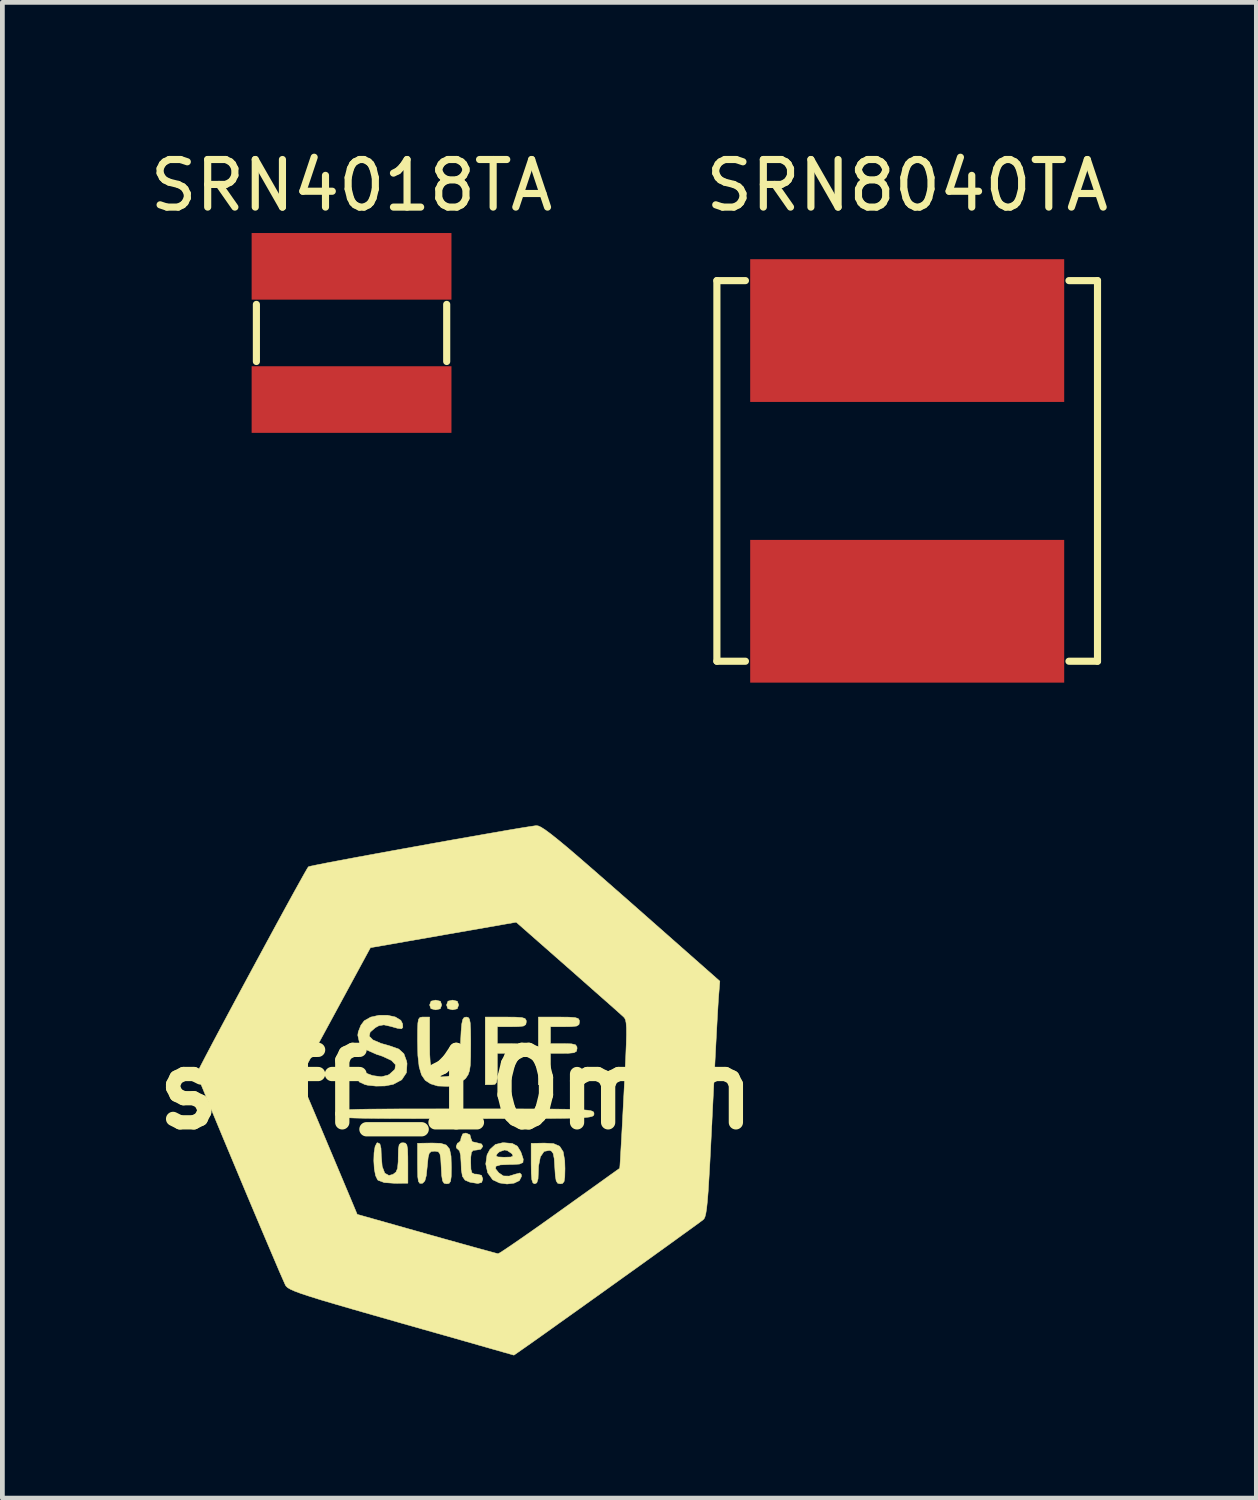
<source format=kicad_pcb>
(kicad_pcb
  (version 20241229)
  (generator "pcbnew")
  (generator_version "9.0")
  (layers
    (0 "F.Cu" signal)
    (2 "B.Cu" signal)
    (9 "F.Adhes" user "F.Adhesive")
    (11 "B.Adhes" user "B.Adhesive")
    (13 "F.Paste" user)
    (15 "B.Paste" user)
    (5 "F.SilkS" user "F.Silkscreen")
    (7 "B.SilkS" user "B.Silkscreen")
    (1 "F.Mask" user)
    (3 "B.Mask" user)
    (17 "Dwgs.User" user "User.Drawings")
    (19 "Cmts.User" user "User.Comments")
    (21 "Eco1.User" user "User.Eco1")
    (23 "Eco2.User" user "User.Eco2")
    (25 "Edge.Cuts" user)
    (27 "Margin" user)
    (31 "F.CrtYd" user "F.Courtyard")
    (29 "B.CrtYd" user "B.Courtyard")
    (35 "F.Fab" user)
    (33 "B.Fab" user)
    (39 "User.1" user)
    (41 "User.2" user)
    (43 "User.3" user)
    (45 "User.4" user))
  (footprint "SRN4018TA"
    (layer "F.Cu")
    (at 4.339 3.948)
    (property "Reference" "SRN4018TA" (at 0 -3.1 0) (layer "F.SilkS") (effects (font (size 1 1) (thickness 0.15))))
    (attr through_hole)
    (fp_line (start -2 -0.6) (end -2 0.6) (stroke (width 0.15) (type solid)) (layer "F.SilkS"))
    (fp_line (start 2 -0.6) (end 2 0.6) (stroke (width 0.15) (type solid)) (layer "F.SilkS"))
    (pad "1" smd rect (at 0 -1.4) (size 4.2 1.4) (layers "F.Cu" "F.Mask" "F.Paste"))
    (pad "2" smd rect (at 0 1.4) (size 4.2 1.4) (layers "F.Cu" "F.Mask" "F.Paste")))
  (footprint "SRN8040TA"
    (layer "F.Cu")
    (at 16.018 6.848)
    (property "Reference" "SRN8040TA" (at 0 -6 0) (layer "F.SilkS") (effects (font (size 1 1) (thickness 0.15))))
    (attr through_hole)
    (fp_line (start -4 -4) (end -3.4 -4) (stroke (width 0.15) (type solid)) (layer "F.SilkS"))
    (fp_line (start -4 4) (end -4 -4) (stroke (width 0.15) (type solid)) (layer "F.SilkS"))
    (fp_line (start -4 4) (end -3.4 4) (stroke (width 0.15) (type solid)) (layer "F.SilkS"))
    (fp_line (start 4 -4) (end 3.4 -4) (stroke (width 0.15) (type solid)) (layer "F.SilkS"))
    (fp_line (start 4 -4) (end 4 4) (stroke (width 0.15) (type solid)) (layer "F.SilkS"))
    (fp_line (start 4 4) (end 3.4 4) (stroke (width 0.15) (type solid)) (layer "F.SilkS"))
    (pad "1" smd rect (at 0 -2.95) (size 6.6 3) (layers "F.Cu" "F.Mask" "F.Paste"))
    (pad "2" smd rect (at 0 2.95) (size 6.6 3) (layers "F.Cu" "F.Mask" "F.Paste")))
  (footprint "süff_10mm"
    (layer "F.Cu")
    (at 6.539 19.851)
    (property "Reference" "süff_10mm" (at 0 0 0) (layer "F.SilkS") (effects (font (size 1.524 1.524) (thickness 0.3))))
    (attr through_hole)
    (fp_poly (pts (xy 3.6 -1.45) (xy 3.45 1.6) (xy 0.9 3.45) (xy -2.1 2.6) (xy -3.3 -0.25) (xy -1.8 -2.95) (xy 1.25 -3.5)) (stroke (width 0.1) (type solid)) (fill yes) (layer "F.Mask"))
    (fp_poly (pts (xy -0.332 -1.856) (xy -0.305 -1.778) (xy -0.335 -1.698) (xy -0.432 -1.676) (xy -0.531 -1.7) (xy -0.559 -1.778) (xy -0.529 -1.858) (xy -0.432 -1.88) (xy -0.332 -1.856)) (stroke (width 0.01) (type solid)) (fill yes) (layer "F.SilkS"))
    (fp_poly (pts (xy 0.023 -1.856) (xy 0.051 -1.778) (xy 0.021 -1.698) (xy -0.076 -1.676) (xy -0.176 -1.7) (xy -0.203 -1.778) (xy -0.173 -1.858) (xy -0.076 -1.88) (xy 0.023 -1.856)) (stroke (width 0.01) (type solid)) (fill yes) (layer "F.SilkS"))
    (fp_poly (pts (xy 1.251 -1.522) (xy 1.38 -1.513) (xy 1.446 -1.493) (xy 1.47 -1.456) (xy 1.473 -1.422) (xy 1.462 -1.366) (xy 1.413 -1.335) (xy 1.303 -1.323) (xy 1.168 -1.321) (xy 0.864 -1.321) (xy 0.864 -0.965) (xy 1.143 -0.965) (xy 1.304 -0.961) (xy 1.389 -0.942) (xy 1.419 -0.899) (xy 1.422 -0.864) (xy 1.41 -0.805) (xy 1.358 -0.774) (xy 1.241 -0.763) (xy 1.143 -0.762) (xy 0.864 -0.762) (xy 0.864 -0.432) (xy 0.861 -0.254) (xy 0.849 -0.155) (xy 0.817 -0.112) (xy 0.757 -0.102) (xy 0.737 -0.102) (xy 0.61 -0.102) (xy 0.61 -1.524) (xy 1.041 -1.524) (xy 1.251 -1.522)) (stroke (width 0.01) (type solid)) (fill yes) (layer "F.SilkS"))
    (fp_poly (pts (xy 2.046 1.136) (xy 2.174 1.192) (xy 2.248 1.307) (xy 2.281 1.497) (xy 2.286 1.662) (xy 2.282 1.838) (xy 2.267 1.934) (xy 2.233 1.974) (xy 2.187 1.981) (xy 2.133 1.969) (xy 2.101 1.919) (xy 2.083 1.81) (xy 2.072 1.639) (xy 2.06 1.453) (xy 2.039 1.345) (xy 2.002 1.293) (xy 1.959 1.278) (xy 1.847 1.3) (xy 1.769 1.413) (xy 1.731 1.608) (xy 1.727 1.712) (xy 1.72 1.877) (xy 1.694 1.96) (xy 1.651 1.981) (xy 1.613 1.963) (xy 1.589 1.895) (xy 1.578 1.76) (xy 1.575 1.556) (xy 1.575 1.131) (xy 1.852 1.125) (xy 2.046 1.136)) (stroke (width 0.01) (type solid)) (fill yes) (layer "F.SilkS"))
    (fp_poly (pts (xy 2.369 -1.522) (xy 2.497 -1.513) (xy 2.564 -1.493) (xy 2.588 -1.456) (xy 2.591 -1.422) (xy 2.58 -1.366) (xy 2.531 -1.335) (xy 2.421 -1.323) (xy 2.286 -1.321) (xy 1.981 -1.321) (xy 1.981 -0.965) (xy 2.261 -0.965) (xy 2.422 -0.961) (xy 2.506 -0.942) (xy 2.537 -0.899) (xy 2.54 -0.864) (xy 2.528 -0.805) (xy 2.475 -0.774) (xy 2.359 -0.763) (xy 2.261 -0.762) (xy 1.981 -0.762) (xy 1.981 -0.432) (xy 1.979 -0.254) (xy 1.966 -0.155) (xy 1.935 -0.112) (xy 1.875 -0.102) (xy 1.854 -0.102) (xy 1.727 -0.102) (xy 1.727 -1.524) (xy 2.159 -1.524) (xy 2.369 -1.522)) (stroke (width 0.01) (type solid)) (fill yes) (layer "F.SilkS"))
    (fp_poly (pts (xy -1.068 1.126) (xy -1.038 1.164) (xy -1.022 1.251) (xy -1.017 1.408) (xy -1.016 1.543) (xy -1.016 1.968) (xy -1.296 1.97) (xy -1.512 1.955) (xy -1.641 1.907) (xy -1.652 1.897) (xy -1.695 1.809) (xy -1.722 1.665) (xy -1.732 1.496) (xy -1.727 1.329) (xy -1.705 1.196) (xy -1.667 1.123) (xy -1.651 1.118) (xy -1.604 1.143) (xy -1.581 1.234) (xy -1.575 1.387) (xy -1.556 1.616) (xy -1.502 1.757) (xy -1.414 1.806) (xy -1.329 1.783) (xy -1.266 1.734) (xy -1.233 1.656) (xy -1.22 1.519) (xy -1.219 1.421) (xy -1.215 1.251) (xy -1.199 1.16) (xy -1.162 1.123) (xy -1.118 1.118) (xy -1.068 1.126)) (stroke (width 0.01) (type solid)) (fill yes) (layer "F.SilkS"))
    (fp_poly (pts (xy -0.326 1.13) (xy -0.208 1.167) (xy -0.14 1.251) (xy -0.109 1.4) (xy -0.102 1.632) (xy -0.102 1.648) (xy -0.105 1.828) (xy -0.119 1.928) (xy -0.15 1.972) (xy -0.201 1.981) (xy -0.255 1.969) (xy -0.287 1.92) (xy -0.305 1.81) (xy -0.315 1.638) (xy -0.325 1.457) (xy -0.342 1.354) (xy -0.375 1.308) (xy -0.433 1.296) (xy -0.457 1.295) (xy -0.526 1.302) (xy -0.567 1.339) (xy -0.59 1.427) (xy -0.607 1.591) (xy -0.61 1.625) (xy -0.63 1.812) (xy -0.659 1.919) (xy -0.703 1.966) (xy -0.724 1.972) (xy -0.767 1.97) (xy -0.794 1.93) (xy -0.808 1.835) (xy -0.812 1.666) (xy -0.813 1.559) (xy -0.813 1.129) (xy -0.509 1.124) (xy -0.326 1.13)) (stroke (width 0.01) (type solid)) (fill yes) (layer "F.SilkS"))
    (fp_poly (pts (xy 0.288 0.95) (xy 0.305 1.016) (xy 0.335 1.096) (xy 0.432 1.118) (xy 0.534 1.144) (xy 0.559 1.194) (xy 0.515 1.255) (xy 0.432 1.27) (xy 0.356 1.278) (xy 0.319 1.32) (xy 0.306 1.422) (xy 0.305 1.524) (xy 0.309 1.675) (xy 0.33 1.75) (xy 0.381 1.776) (xy 0.432 1.778) (xy 0.531 1.802) (xy 0.559 1.88) (xy 0.535 1.952) (xy 0.454 1.974) (xy 0.299 1.949) (xy 0.279 1.944) (xy 0.185 1.903) (xy 0.131 1.825) (xy 0.107 1.685) (xy 0.102 1.537) (xy 0.093 1.388) (xy 0.071 1.291) (xy 0.051 1.27) (xy 0.006 1.229) (xy 0 1.194) (xy 0.027 1.126) (xy 0.051 1.118) (xy 0.092 1.075) (xy 0.102 1.016) (xy 0.138 0.931) (xy 0.203 0.914) (xy 0.288 0.95)) (stroke (width 0.01) (type solid)) (fill yes) (layer "F.SilkS"))
    (fp_poly (pts (xy 1.179 1.133) (xy 1.285 1.19) (xy 1.356 1.307) (xy 1.368 1.338) (xy 1.409 1.463) (xy 1.402 1.534) (xy 1.329 1.566) (xy 1.176 1.575) (xy 1.118 1.575) (xy 0.93 1.583) (xy 0.835 1.611) (xy 0.826 1.664) (xy 0.893 1.749) (xy 0.992 1.816) (xy 1.113 1.819) (xy 1.241 1.779) (xy 1.336 1.754) (xy 1.369 1.786) (xy 1.372 1.825) (xy 1.328 1.913) (xy 1.217 1.967) (xy 1.068 1.985) (xy 0.91 1.963) (xy 0.773 1.899) (xy 0.764 1.892) (xy 0.661 1.749) (xy 0.621 1.563) (xy 0.645 1.394) (xy 0.837 1.394) (xy 0.875 1.416) (xy 0.995 1.422) (xy 1.016 1.422) (xy 1.147 1.418) (xy 1.194 1.398) (xy 1.175 1.354) (xy 1.168 1.346) (xy 1.072 1.281) (xy 1.016 1.27) (xy 0.909 1.307) (xy 0.864 1.346) (xy 0.837 1.394) (xy 0.645 1.394) (xy 0.648 1.373) (xy 0.71 1.257) (xy 0.824 1.154) (xy 0.969 1.119) (xy 1.007 1.118) (xy 1.179 1.133)) (stroke (width 0.01) (type solid)) (fill yes) (layer "F.SilkS"))
    (fp_poly (pts (xy -0.559 -0.991) (xy -0.557 -0.745) (xy -0.547 -0.579) (xy -0.528 -0.471) (xy -0.494 -0.4) (xy -0.457 -0.356) (xy -0.314 -0.266) (xy -0.163 -0.278) (xy -0.048 -0.347) (xy 0.004 -0.399) (xy 0.039 -0.467) (xy 0.062 -0.574) (xy 0.078 -0.74) (xy 0.091 -0.982) (xy 0.103 -1.224) (xy 0.117 -1.381) (xy 0.137 -1.472) (xy 0.165 -1.513) (xy 0.207 -1.524) (xy 0.21 -1.524) (xy 0.251 -1.516) (xy 0.278 -1.481) (xy 0.294 -1.402) (xy 0.302 -1.262) (xy 0.305 -1.044) (xy 0.305 -0.943) (xy 0.303 -0.687) (xy 0.296 -0.512) (xy 0.279 -0.394) (xy 0.25 -0.313) (xy 0.205 -0.245) (xy 0.189 -0.226) (xy 0.036 -0.119) (xy -0.169 -0.067) (xy -0.39 -0.075) (xy -0.539 -0.121) (xy -0.651 -0.194) (xy -0.729 -0.308) (xy -0.779 -0.477) (xy -0.806 -0.717) (xy -0.813 -1.024) (xy -0.812 -1.252) (xy -0.806 -1.398) (xy -0.791 -1.479) (xy -0.762 -1.515) (xy -0.714 -1.524) (xy -0.686 -1.524) (xy -0.559 -1.524) (xy -0.559 -0.991)) (stroke (width 0.01) (type solid)) (fill yes) (layer "F.SilkS"))
    (fp_poly (pts (xy -1.441 -1.561) (xy -1.279 -1.525) (xy -1.164 -1.455) (xy -1.127 -1.381) (xy -1.122 -1.307) (xy -1.149 -1.277) (xy -1.231 -1.287) (xy -1.376 -1.328) (xy -1.52 -1.36) (xy -1.624 -1.343) (xy -1.699 -1.302) (xy -1.809 -1.207) (xy -1.828 -1.122) (xy -1.752 -1.044) (xy -1.579 -0.97) (xy -1.39 -0.916) (xy -1.207 -0.851) (xy -1.1 -0.753) (xy -1.043 -0.597) (xy -1.034 -0.547) (xy -1.046 -0.355) (xy -1.145 -0.206) (xy -1.324 -0.11) (xy -1.499 -0.076) (xy -1.687 -0.073) (xy -1.863 -0.092) (xy -1.918 -0.105) (xy -2.036 -0.159) (xy -2.08 -0.241) (xy -2.083 -0.286) (xy -2.07 -0.378) (xy -2.018 -0.389) (xy -1.994 -0.379) (xy -1.754 -0.293) (xy -1.573 -0.269) (xy -1.433 -0.304) (xy -1.402 -0.322) (xy -1.289 -0.425) (xy -1.275 -0.521) (xy -1.361 -0.612) (xy -1.547 -0.699) (xy -1.67 -0.739) (xy -1.898 -0.839) (xy -2.031 -0.973) (xy -2.069 -1.143) (xy -2.059 -1.212) (xy -2.004 -1.351) (xy -1.934 -1.445) (xy -1.797 -1.523) (xy -1.623 -1.561) (xy -1.441 -1.561)) (stroke (width 0.01) (type solid)) (fill yes) (layer "F.SilkS"))
    (fp_poly (pts (xy 0.772 0.406) (xy 1.273 0.407) (xy 1.688 0.408) (xy 2.025 0.41) (xy 2.293 0.413) (xy 2.499 0.418) (xy 2.652 0.425) (xy 2.76 0.434) (xy 2.83 0.445) (xy 2.87 0.459) (xy 2.89 0.476) (xy 2.895 0.496) (xy 2.896 0.508) (xy 2.894 0.53) (xy 2.882 0.549) (xy 2.854 0.564) (xy 2.8 0.577) (xy 2.712 0.587) (xy 2.584 0.595) (xy 2.405 0.601) (xy 2.17 0.605) (xy 1.869 0.607) (xy 1.494 0.609) (xy 1.038 0.609) (xy 0.493 0.61) (xy 0.178 0.61) (xy -0.416 0.61) (xy -0.917 0.609) (xy -1.332 0.608) (xy -1.669 0.606) (xy -1.937 0.603) (xy -2.144 0.598) (xy -2.297 0.591) (xy -2.404 0.582) (xy -2.474 0.571) (xy -2.515 0.557) (xy -2.534 0.54) (xy -2.54 0.52) (xy -2.54 0.508) (xy -2.538 0.486) (xy -2.527 0.467) (xy -2.498 0.452) (xy -2.444 0.439) (xy -2.357 0.429) (xy -2.228 0.421) (xy -2.05 0.415) (xy -1.814 0.411) (xy -1.513 0.409) (xy -1.139 0.407) (xy -0.683 0.407) (xy -0.137 0.406) (xy 0.178 0.406) (xy 0.772 0.406)) (stroke (width 0.01) (type solid)) (fill yes) (layer "F.SilkS"))
    (fp_poly (pts (xy 1.723 -5.542) (xy 1.785 -5.514) (xy 1.872 -5.458) (xy 1.992 -5.369) (xy 2.15 -5.243) (xy 2.354 -5.074) (xy 2.608 -4.856) (xy 2.92 -4.585) (xy 3.296 -4.256) (xy 3.678 -3.921) (xy 5.541 -2.278) (xy 5.512 -1.914) (xy 5.504 -1.783) (xy 5.491 -1.565) (xy 5.475 -1.271) (xy 5.456 -0.914) (xy 5.435 -0.509) (xy 5.412 -0.068) (xy 5.389 0.396) (xy 5.381 0.559) (xy 5.355 1.083) (xy 5.333 1.515) (xy 5.313 1.864) (xy 5.296 2.138) (xy 5.279 2.348) (xy 5.263 2.501) (xy 5.246 2.608) (xy 5.228 2.677) (xy 5.208 2.718) (xy 5.192 2.734) (xy 5.106 2.799) (xy 4.952 2.911) (xy 4.741 3.063) (xy 4.483 3.25) (xy 4.187 3.463) (xy 3.863 3.696) (xy 3.52 3.941) (xy 3.169 4.193) (xy 2.819 4.443) (xy 2.48 4.685) (xy 2.161 4.912) (xy 1.873 5.118) (xy 1.625 5.294) (xy 1.426 5.434) (xy 1.287 5.531) (xy 1.218 5.579) (xy 1.211 5.582) (xy 1.16 5.567) (xy 1.021 5.528) (xy 0.804 5.466) (xy 0.516 5.384) (xy 0.17 5.285) (xy -0.227 5.172) (xy -0.665 5.048) (xy -1.134 4.915) (xy -1.168 4.905) (xy -1.714 4.749) (xy -2.171 4.618) (xy -2.546 4.509) (xy -2.847 4.42) (xy -3.083 4.346) (xy -3.263 4.287) (xy -3.394 4.238) (xy -3.484 4.198) (xy -3.542 4.164) (xy -3.575 4.133) (xy -3.59 4.111) (xy -3.635 4.009) (xy -3.713 3.832) (xy -3.816 3.59) (xy -3.942 3.294) (xy -4.085 2.957) (xy -4.241 2.588) (xy -4.405 2.199) (xy -4.571 1.802) (xy -4.736 1.407) (xy -4.895 1.027) (xy -5.043 0.671) (xy -5.175 0.352) (xy -5.286 0.081) (xy -5.373 -0.131) (xy -5.417 -0.243) (xy -3.288 -0.243) (xy -2.834 0.831) (xy -2.694 1.164) (xy -2.557 1.489) (xy -2.432 1.786) (xy -2.327 2.036) (xy -2.25 2.219) (xy -2.231 2.264) (xy -2.081 2.623) (xy -0.622 3.035) (xy -0.253 3.139) (xy 0.085 3.233) (xy 0.379 3.315) (xy 0.616 3.38) (xy 0.784 3.426) (xy 0.872 3.449) (xy 0.881 3.451) (xy 0.931 3.423) (xy 1.053 3.343) (xy 1.237 3.218) (xy 1.472 3.055) (xy 1.747 2.862) (xy 2.052 2.645) (xy 2.176 2.556) (xy 2.489 2.332) (xy 2.773 2.129) (xy 3.02 1.952) (xy 3.218 1.81) (xy 3.358 1.71) (xy 3.429 1.66) (xy 3.436 1.655) (xy 3.441 1.605) (xy 3.45 1.466) (xy 3.462 1.251) (xy 3.478 0.971) (xy 3.496 0.638) (xy 3.515 0.266) (xy 3.524 0.102) (xy 3.546 -0.337) (xy 3.563 -0.685) (xy 3.574 -0.954) (xy 3.579 -1.155) (xy 3.578 -1.299) (xy 3.571 -1.398) (xy 3.559 -1.461) (xy 3.54 -1.502) (xy 3.516 -1.529) (xy 3.456 -1.583) (xy 3.331 -1.695) (xy 3.15 -1.855) (xy 2.925 -2.053) (xy 2.667 -2.281) (xy 2.385 -2.53) (xy 2.345 -2.565) (xy 1.261 -3.518) (xy -0.271 -3.25) (xy -1.803 -2.982) (xy -2.545 -1.613) (xy -3.288 -0.243) (xy -5.417 -0.243) (xy -5.429 -0.273) (xy -5.451 -0.334) (xy -5.451 -0.335) (xy -5.428 -0.387) (xy -5.362 -0.518) (xy -5.259 -0.716) (xy -5.124 -0.972) (xy -4.963 -1.275) (xy -4.782 -1.614) (xy -4.587 -1.978) (xy -4.383 -2.357) (xy -4.176 -2.74) (xy -3.972 -3.117) (xy -3.777 -3.477) (xy -3.596 -3.809) (xy -3.435 -4.103) (xy -3.299 -4.348) (xy -3.195 -4.534) (xy -3.129 -4.649) (xy -3.106 -4.683) (xy -3.053 -4.697) (xy -2.912 -4.726) (xy -2.694 -4.769) (xy -2.412 -4.822) (xy -2.077 -4.885) (xy -1.702 -4.954) (xy -1.298 -5.028) (xy -0.877 -5.104) (xy -0.451 -5.181) (xy -0.032 -5.256) (xy 0.368 -5.326) (xy 0.737 -5.391) (xy 1.064 -5.448) (xy 1.336 -5.494) (xy 1.542 -5.527) (xy 1.67 -5.546) (xy 1.682 -5.547) (xy 1.723 -5.542)) (stroke (width 0.01) (type solid)) (fill yes) (layer "F.SilkS")))
  (gr_rect
    (start -3 -3)
    (end 23.357 28.438)
    (stroke (width 0.1) (type default))
    (fill no)
    (layer "Edge.Cuts")))
</source>
